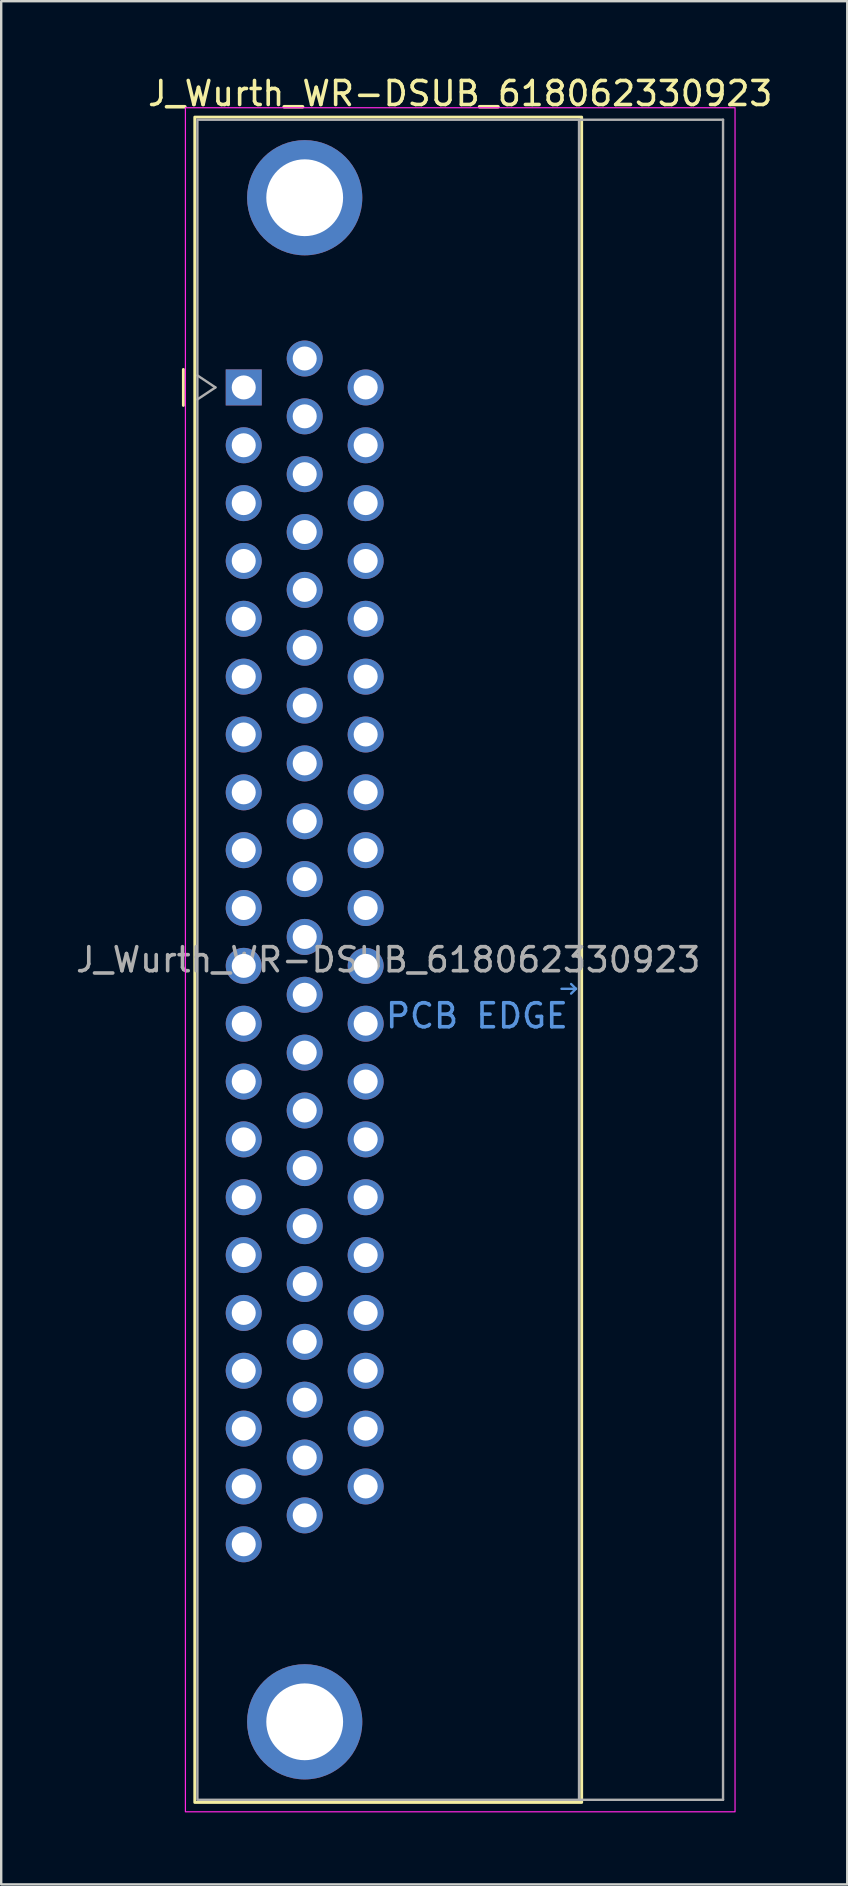
<source format=kicad_pcb>
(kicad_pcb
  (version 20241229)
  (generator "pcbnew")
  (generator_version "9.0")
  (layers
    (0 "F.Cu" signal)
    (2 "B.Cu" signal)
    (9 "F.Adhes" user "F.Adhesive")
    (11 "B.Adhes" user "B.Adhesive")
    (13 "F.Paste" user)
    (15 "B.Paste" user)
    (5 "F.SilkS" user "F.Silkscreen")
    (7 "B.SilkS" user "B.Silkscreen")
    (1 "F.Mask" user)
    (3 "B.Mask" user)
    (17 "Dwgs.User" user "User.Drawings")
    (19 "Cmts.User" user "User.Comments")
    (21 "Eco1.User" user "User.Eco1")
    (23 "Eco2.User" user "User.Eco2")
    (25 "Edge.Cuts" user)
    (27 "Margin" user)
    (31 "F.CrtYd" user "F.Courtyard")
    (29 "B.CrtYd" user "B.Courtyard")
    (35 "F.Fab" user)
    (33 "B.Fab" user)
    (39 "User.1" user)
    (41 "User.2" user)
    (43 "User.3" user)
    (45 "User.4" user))
  (footprint "J_Wurth_WR-DSUB_618062330923"
    (layer "F.Cu")
    (at 7.105 13.092)
    (property "Reference" "J_Wurth_WR-DSUB_618062330923" (at 9.02 -12.244 0) (unlocked yes) (layer "F.SilkS") (effects (font (size 1 1) (thickness 0.15))))
    (attr through_hole)
    (fp_line (start -2.515 -0.75) (end -2.515 0.75) (stroke (width 0.12) (type solid)) (layer "F.SilkS"))
    (fp_rect (start -2.04 -11.264) (end 14.08 58.956) (stroke (width 0.12) (type solid)) (fill no) (layer "F.SilkS"))
    (fp_line (start 13.24 25.056) (end 13.84 25.056) (stroke (width 0.1) (type solid)) (layer "Cmts.User"))
    (fp_line (start 13.84 25.056) (end 13.64 24.856) (stroke (width 0.1) (type solid)) (layer "Cmts.User"))
    (fp_line (start 13.84 25.056) (end 13.64 25.256) (stroke (width 0.1) (type solid)) (layer "Cmts.User"))
    (fp_rect (start -2.43 -11.654) (end 20.47 59.346) (stroke (width 0.05) (type solid)) (fill no) (layer "F.CrtYd"))
    (fp_line (start -1.18 0) (end -1.93 -0.5) (stroke (width 0.1) (type solid)) (layer "F.Fab"))
    (fp_line (start -1.18 0) (end -1.93 0.5) (stroke (width 0.1) (type solid)) (layer "F.Fab"))
    (fp_line (start 13.97 -11.154) (end 19.97 -11.154) (stroke (width 0.1) (type solid)) (layer "F.Fab"))
    (fp_line (start 19.97 -11.154) (end 19.97 58.846) (stroke (width 0.1) (type solid)) (layer "F.Fab"))
    (fp_line (start 19.97 58.846) (end 13.97 58.846) (stroke (width 0.1) (type solid)) (layer "F.Fab"))
    (fp_rect (start -1.93 -11.154) (end 13.97 58.846) (stroke (width 0.1) (type solid)) (fill no) (layer "F.Fab"))
    (fp_text user "PCB EDGE" (at 5.83 26.766 0) (unlocked yes) (layer "Cmts.User") (effects (font (size 1 1) (thickness 0.15)) (justify left bottom)))
    (fp_text user "${REFERENCE}" (at 6.02 23.846 0) (unlocked yes) (layer "F.Fab") (effects (font (size 1 1) (thickness 0.15))))
    (pad "1" thru_hole rect (at 0 0 90) (size 1.5 1.5) (drill 1) (layers "*.Cu" "*.Mask"))
    (pad "2" thru_hole circle (at 0 2.41 90) (size 1.5 1.5) (drill 1) (layers "*.Cu" "*.Mask"))
    (pad "3" thru_hole circle (at 0 4.82 90) (size 1.5 1.5) (drill 1) (layers "*.Cu" "*.Mask"))
    (pad "4" thru_hole circle (at 0 7.23 90) (size 1.5 1.5) (drill 1) (layers "*.Cu" "*.Mask"))
    (pad "5" thru_hole circle (at 0 9.64 90) (size 1.5 1.5) (drill 1) (layers "*.Cu" "*.Mask"))
    (pad "6" thru_hole circle (at 0 12.05 90) (size 1.5 1.5) (drill 1) (layers "*.Cu" "*.Mask"))
    (pad "7" thru_hole circle (at 0 14.46 90) (size 1.5 1.5) (drill 1) (layers "*.Cu" "*.Mask"))
    (pad "8" thru_hole circle (at 0 16.87 90) (size 1.5 1.5) (drill 1) (layers "*.Cu" "*.Mask"))
    (pad "9" thru_hole circle (at 0 19.28 90) (size 1.5 1.5) (drill 1) (layers "*.Cu" "*.Mask"))
    (pad "10" thru_hole circle (at 0 21.69 90) (size 1.5 1.5) (drill 1) (layers "*.Cu" "*.Mask"))
    (pad "11" thru_hole circle (at 0 24.1 90) (size 1.5 1.5) (drill 1) (layers "*.Cu" "*.Mask"))
    (pad "12" thru_hole circle (at 0 26.51 90) (size 1.5 1.5) (drill 1) (layers "*.Cu" "*.Mask"))
    (pad "13" thru_hole circle (at 0 28.92 90) (size 1.5 1.5) (drill 1) (layers "*.Cu" "*.Mask"))
    (pad "14" thru_hole circle (at 0 31.33 90) (size 1.5 1.5) (drill 1) (layers "*.Cu" "*.Mask"))
    (pad "15" thru_hole circle (at 0 33.74 90) (size 1.5 1.5) (drill 1) (layers "*.Cu" "*.Mask"))
    (pad "16" thru_hole circle (at 0 36.15 90) (size 1.5 1.5) (drill 1) (layers "*.Cu" "*.Mask"))
    (pad "17" thru_hole circle (at 0 38.56 90) (size 1.5 1.5) (drill 1) (layers "*.Cu" "*.Mask"))
    (pad "18" thru_hole circle (at 0 40.97 90) (size 1.5 1.5) (drill 1) (layers "*.Cu" "*.Mask"))
    (pad "19" thru_hole circle (at 0 43.38 90) (size 1.5 1.5) (drill 1) (layers "*.Cu" "*.Mask"))
    (pad "20" thru_hole circle (at 0 45.79 90) (size 1.5 1.5) (drill 1) (layers "*.Cu" "*.Mask"))
    (pad "21" thru_hole circle (at 0 48.2 90) (size 1.5 1.5) (drill 1) (layers "*.Cu" "*.Mask"))
    (pad "22" thru_hole circle (at 2.54 -1.205 90) (size 1.5 1.5) (drill 1) (layers "*.Cu" "*.Mask"))
    (pad "23" thru_hole circle (at 2.54 1.205 90) (size 1.5 1.5) (drill 1) (layers "*.Cu" "*.Mask"))
    (pad "24" thru_hole circle (at 2.54 3.615 90) (size 1.5 1.5) (drill 1) (layers "*.Cu" "*.Mask"))
    (pad "25" thru_hole circle (at 2.54 6.025 90) (size 1.5 1.5) (drill 1) (layers "*.Cu" "*.Mask"))
    (pad "26" thru_hole circle (at 2.54 8.435 90) (size 1.5 1.5) (drill 1) (layers "*.Cu" "*.Mask"))
    (pad "27" thru_hole circle (at 2.54 10.845 90) (size 1.5 1.5) (drill 1) (layers "*.Cu" "*.Mask"))
    (pad "28" thru_hole circle (at 2.54 13.255 90) (size 1.5 1.5) (drill 1) (layers "*.Cu" "*.Mask"))
    (pad "29" thru_hole circle (at 2.54 15.665 90) (size 1.5 1.5) (drill 1) (layers "*.Cu" "*.Mask"))
    (pad "30" thru_hole circle (at 2.54 18.075 90) (size 1.5 1.5) (drill 1) (layers "*.Cu" "*.Mask"))
    (pad "31" thru_hole circle (at 2.54 20.485 90) (size 1.5 1.5) (drill 1) (layers "*.Cu" "*.Mask"))
    (pad "32" thru_hole circle (at 2.54 22.895 90) (size 1.5 1.5) (drill 1) (layers "*.Cu" "*.Mask"))
    (pad "33" thru_hole circle (at 2.54 25.305 90) (size 1.5 1.5) (drill 1) (layers "*.Cu" "*.Mask"))
    (pad "34" thru_hole circle (at 2.54 27.715 90) (size 1.5 1.5) (drill 1) (layers "*.Cu" "*.Mask"))
    (pad "35" thru_hole circle (at 2.54 30.125 90) (size 1.5 1.5) (drill 1) (layers "*.Cu" "*.Mask"))
    (pad "36" thru_hole circle (at 2.54 32.525 90) (size 1.5 1.5) (drill 1) (layers "*.Cu" "*.Mask"))
    (pad "37" thru_hole circle (at 2.54 34.945 90) (size 1.5 1.5) (drill 1) (layers "*.Cu" "*.Mask"))
    (pad "38" thru_hole circle (at 2.54 37.355 90) (size 1.5 1.5) (drill 1) (layers "*.Cu" "*.Mask"))
    (pad "39" thru_hole circle (at 2.54 39.765 90) (size 1.5 1.5) (drill 1) (layers "*.Cu" "*.Mask"))
    (pad "40" thru_hole circle (at 2.54 42.175 90) (size 1.5 1.5) (drill 1) (layers "*.Cu" "*.Mask"))
    (pad "41" thru_hole circle (at 2.54 44.585 90) (size 1.5 1.5) (drill 1) (layers "*.Cu" "*.Mask"))
    (pad "42" thru_hole circle (at 2.54 46.995 90) (size 1.5 1.5) (drill 1) (layers "*.Cu" "*.Mask"))
    (pad "43" thru_hole circle (at 5.08 0 90) (size 1.5 1.5) (drill 1) (layers "*.Cu" "*.Mask"))
    (pad "44" thru_hole circle (at 5.08 2.41 90) (size 1.5 1.5) (drill 1) (layers "*.Cu" "*.Mask"))
    (pad "45" thru_hole circle (at 5.08 4.82 90) (size 1.5 1.5) (drill 1) (layers "*.Cu" "*.Mask"))
    (pad "46" thru_hole circle (at 5.08 7.23 90) (size 1.5 1.5) (drill 1) (layers "*.Cu" "*.Mask"))
    (pad "47" thru_hole circle (at 5.08 9.64 90) (size 1.5 1.5) (drill 1) (layers "*.Cu" "*.Mask"))
    (pad "48" thru_hole circle (at 5.08 12.05 90) (size 1.5 1.5) (drill 1) (layers "*.Cu" "*.Mask"))
    (pad "49" thru_hole circle (at 5.08 14.46 90) (size 1.5 1.5) (drill 1) (layers "*.Cu" "*.Mask"))
    (pad "50" thru_hole circle (at 5.08 16.87 90) (size 1.5 1.5) (drill 1) (layers "*.Cu" "*.Mask"))
    (pad "51" thru_hole circle (at 5.08 19.28 90) (size 1.5 1.5) (drill 1) (layers "*.Cu" "*.Mask"))
    (pad "52" thru_hole circle (at 5.08 21.69 90) (size 1.5 1.5) (drill 1) (layers "*.Cu" "*.Mask"))
    (pad "53" thru_hole circle (at 5.08 24.1 90) (size 1.5 1.5) (drill 1) (layers "*.Cu" "*.Mask"))
    (pad "54" thru_hole circle (at 5.08 26.51 90) (size 1.5 1.5) (drill 1) (layers "*.Cu" "*.Mask"))
    (pad "55" thru_hole circle (at 5.08 28.92 90) (size 1.5 1.5) (drill 1) (layers "*.Cu" "*.Mask"))
    (pad "56" thru_hole circle (at 5.08 31.33 90) (size 1.5 1.5) (drill 1) (layers "*.Cu" "*.Mask"))
    (pad "57" thru_hole circle (at 5.08 33.74 90) (size 1.5 1.5) (drill 1) (layers "*.Cu" "*.Mask"))
    (pad "58" thru_hole circle (at 5.08 36.15 90) (size 1.5 1.5) (drill 1) (layers "*.Cu" "*.Mask"))
    (pad "59" thru_hole circle (at 5.08 38.56 90) (size 1.5 1.5) (drill 1) (layers "*.Cu" "*.Mask"))
    (pad "60" thru_hole circle (at 5.08 40.97 90) (size 1.5 1.5) (drill 1) (layers "*.Cu" "*.Mask"))
    (pad "61" thru_hole circle (at 5.08 43.38 90) (size 1.5 1.5) (drill 1) (layers "*.Cu" "*.Mask"))
    (pad "62" thru_hole circle (at 5.08 45.79 90) (size 1.5 1.5) (drill 1) (layers "*.Cu" "*.Mask"))
    (pad "S1" thru_hole circle (at 2.54 55.596 90) (size 4.8 4.8) (drill 3.2) (layers "*.Cu" "*.Mask"))
    (pad "S2" thru_hole circle (at 2.54 -7.904 90) (size 4.8 4.8) (drill 3.2) (layers "*.Cu" "*.Mask")))
  (gr_rect
    (start -3 -3)
    (end 32.25 75.463)
    (stroke (width 0.1) (type default))
    (fill no)
    (layer "Edge.Cuts")))
</source>
